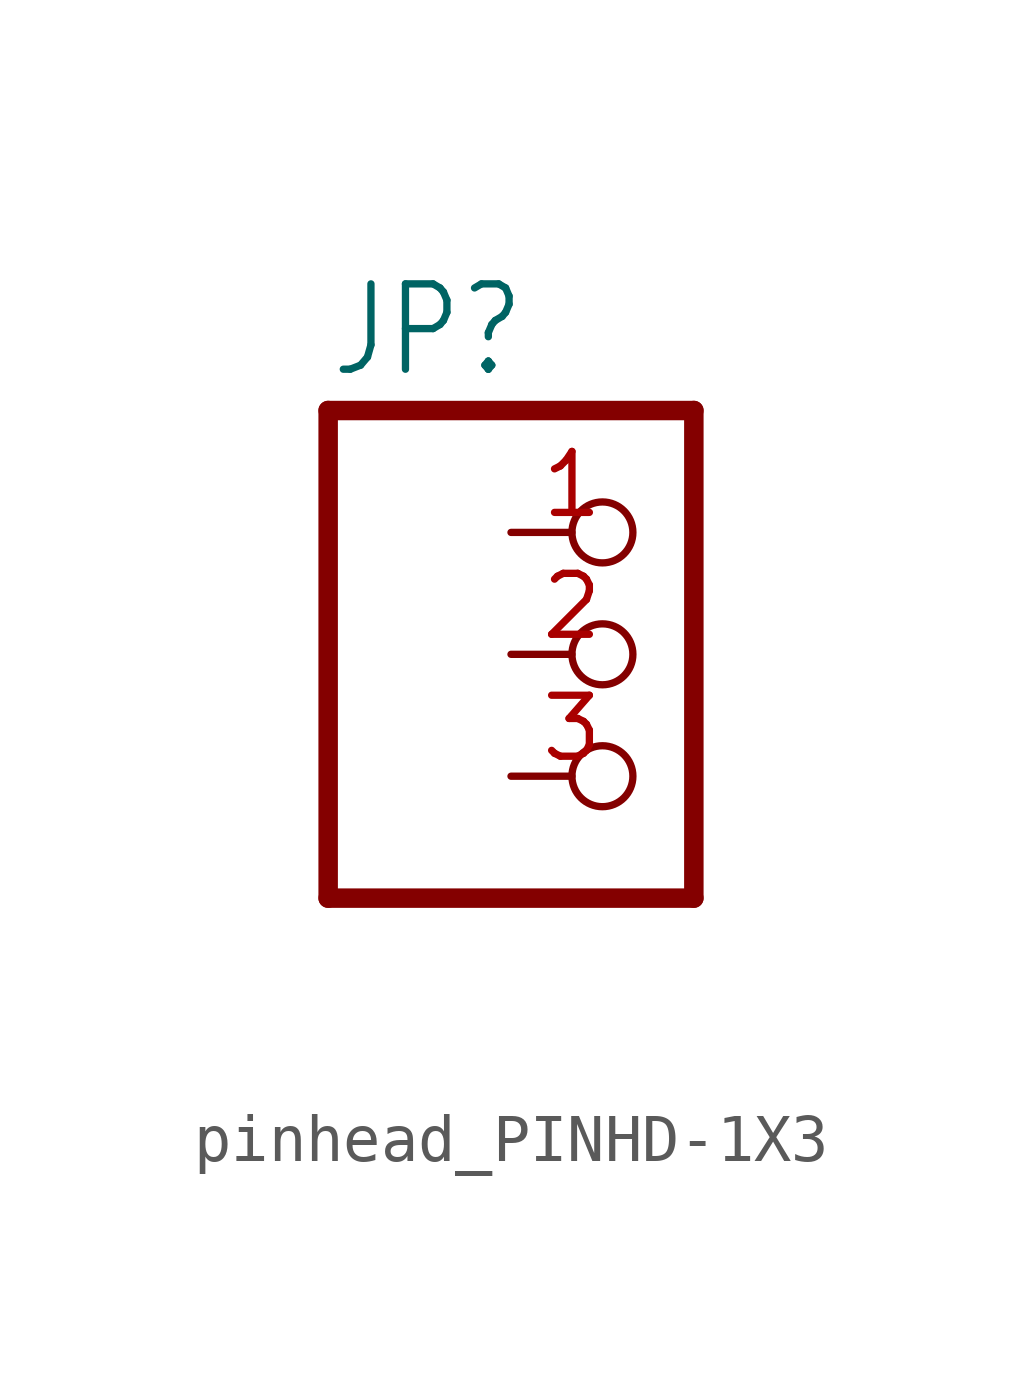
<source format=kicad_sym>
(kicad_symbol_lib
  (version 20231120)
  (generator "kicad_symbol_editor")
  (generator_version "8.0")
  (symbol "pinhead_PINHD-1X3"
    (property "Reference" "JP"
      (at -6.35 5.715 0)
      (effects (font (size 1.778 1.511)) (justify left bottom)))
    (property "Value" ""
      (at -6.35 -7.62 0)
      (effects (font (size 1.778 1.511)) (justify left bottom)))
    (property "ki_locked" ""
      (at 0 0 0)
      (effects (font (size 1.27 1.27))))
    (symbol "pinhead_PINHD-1X3_1_0"
      (polyline (pts (xy -6.35 -5.08) (xy 1.27 -5.08)) (stroke (width 0.406) (type solid)) (fill (type none)))
      (polyline (pts (xy -6.35 5.08) (xy -6.35 -5.08)) (stroke (width 0.406) (type solid)) (fill (type none)))
      (polyline (pts (xy 1.27 -5.08) (xy 1.27 5.08)) (stroke (width 0.406) (type solid)) (fill (type none)))
      (polyline (pts (xy 1.27 5.08) (xy -6.35 5.08)) (stroke (width 0.406) (type solid)) (fill (type none)))
      (pin passive inverted (at -2.54 2.54 0) (length 2.54) (name "1" (effects (font (size 0 0)))) (number "1" (effects (font (size 1.27 1.27)))))
      (pin passive inverted (at -2.54 0 0) (length 2.54) (name "2" (effects (font (size 0 0)))) (number "2" (effects (font (size 1.27 1.27)))))
      (pin passive inverted (at -2.54 -2.54 0) (length 2.54) (name "3" (effects (font (size 0 0)))) (number "3" (effects (font (size 1.27 1.27))))))))
</source>
